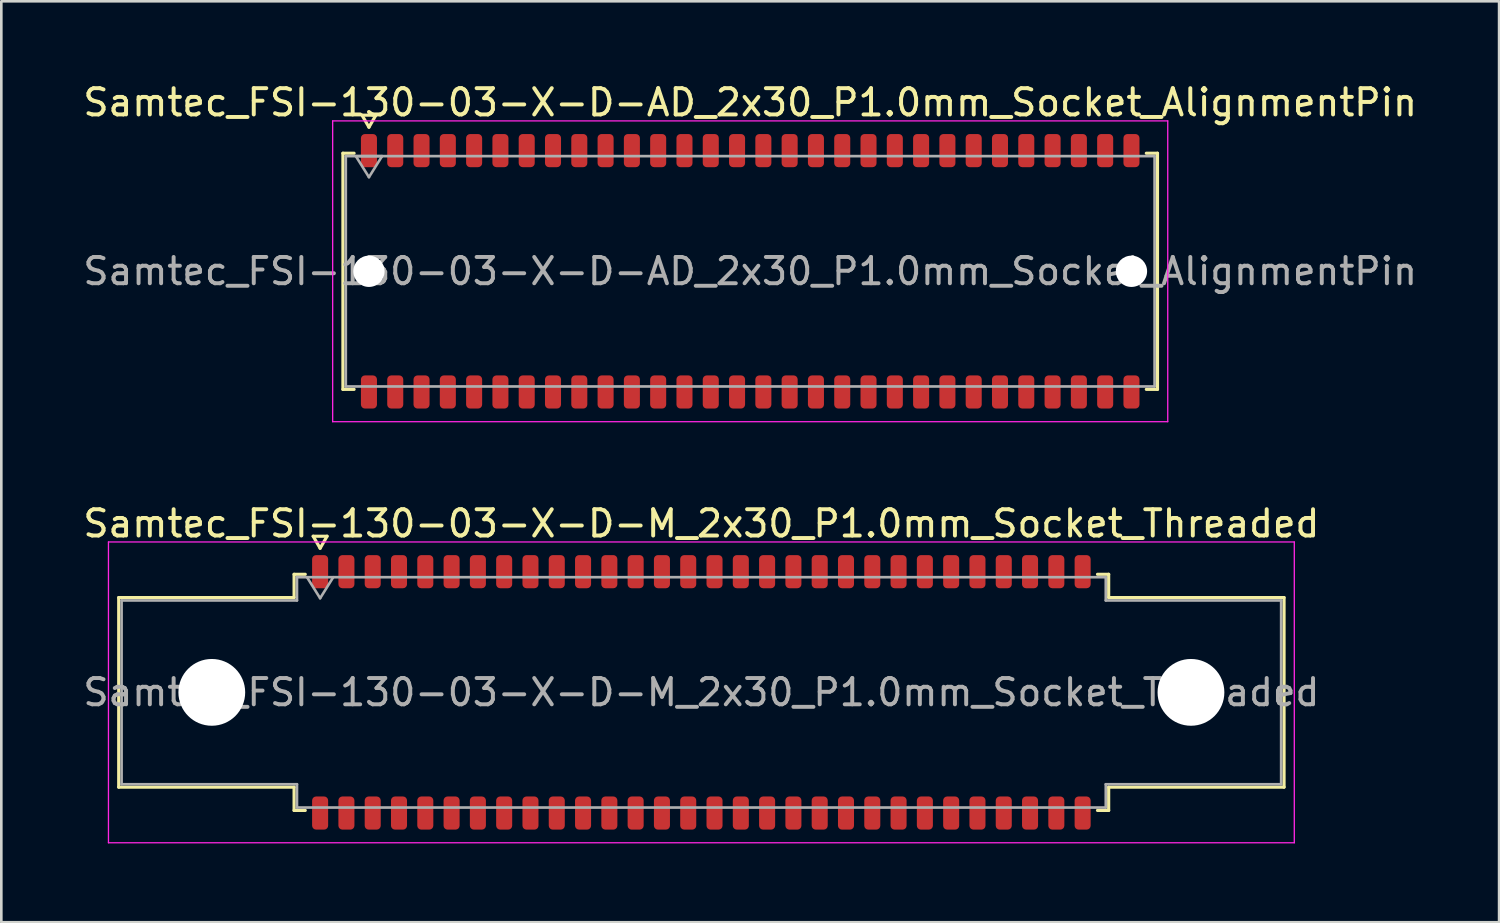
<source format=kicad_pcb>
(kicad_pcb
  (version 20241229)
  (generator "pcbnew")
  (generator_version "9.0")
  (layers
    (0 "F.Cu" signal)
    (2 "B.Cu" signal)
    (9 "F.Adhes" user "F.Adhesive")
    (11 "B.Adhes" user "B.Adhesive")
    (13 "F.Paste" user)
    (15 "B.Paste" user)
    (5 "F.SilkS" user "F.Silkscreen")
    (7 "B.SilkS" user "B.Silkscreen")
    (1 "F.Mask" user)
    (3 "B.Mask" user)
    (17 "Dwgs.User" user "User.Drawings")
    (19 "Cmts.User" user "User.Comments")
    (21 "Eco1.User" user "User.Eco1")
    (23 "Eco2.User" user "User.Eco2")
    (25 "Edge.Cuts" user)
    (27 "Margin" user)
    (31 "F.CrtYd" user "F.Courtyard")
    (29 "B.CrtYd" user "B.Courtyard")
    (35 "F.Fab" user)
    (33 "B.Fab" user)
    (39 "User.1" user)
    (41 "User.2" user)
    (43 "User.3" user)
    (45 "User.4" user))
  (footprint "Samtec_FSI-130-03-X-D-M_2x30_P1.0mm_Socket_Threaded"
    (layer "F.Cu")
    (at 23.625 23.282)
    (property "Reference" "Samtec_FSI-130-03-X-D-M_2x30_P1.0mm_Socket_Threaded" (at 0 -6.42 0) (layer "F.SilkS") (effects (font (size 1 1) (thickness 0.15))))
    (attr smd)
    (fp_line (start -22.16 -3.605) (end -15.49 -3.605) (stroke (width 0.12) (type solid)) (layer "F.SilkS"))
    (fp_line (start -22.16 3.605) (end -22.16 -3.605) (stroke (width 0.12) (type solid)) (layer "F.SilkS"))
    (fp_line (start -15.49 -4.49) (end -15.065 -4.49) (stroke (width 0.12) (type solid)) (layer "F.SilkS"))
    (fp_line (start -15.49 -3.605) (end -15.49 -4.49) (stroke (width 0.12) (type solid)) (layer "F.SilkS"))
    (fp_line (start -15.49 3.605) (end -22.16 3.605) (stroke (width 0.12) (type solid)) (layer "F.SilkS"))
    (fp_line (start -15.49 4.49) (end -15.49 3.605) (stroke (width 0.12) (type solid)) (layer "F.SilkS"))
    (fp_line (start -15.065 4.49) (end -15.49 4.49) (stroke (width 0.12) (type solid)) (layer "F.SilkS"))
    (fp_line (start -14.764 -5.938) (end -14.5 -5.48) (stroke (width 0.12) (type solid)) (layer "F.SilkS"))
    (fp_line (start -14.5 -5.48) (end -14.236 -5.938) (stroke (width 0.12) (type solid)) (layer "F.SilkS"))
    (fp_line (start -14.236 -5.938) (end -14.764 -5.938) (stroke (width 0.12) (type solid)) (layer "F.SilkS"))
    (fp_line (start 15.065 -4.49) (end 15.49 -4.49) (stroke (width 0.12) (type solid)) (layer "F.SilkS"))
    (fp_line (start 15.49 -4.49) (end 15.49 -3.605) (stroke (width 0.12) (type solid)) (layer "F.SilkS"))
    (fp_line (start 15.49 -3.605) (end 22.16 -3.605) (stroke (width 0.12) (type solid)) (layer "F.SilkS"))
    (fp_line (start 15.49 3.605) (end 15.49 4.49) (stroke (width 0.12) (type solid)) (layer "F.SilkS"))
    (fp_line (start 15.49 4.49) (end 15.065 4.49) (stroke (width 0.12) (type solid)) (layer "F.SilkS"))
    (fp_line (start 22.16 -3.605) (end 22.16 3.605) (stroke (width 0.12) (type solid)) (layer "F.SilkS"))
    (fp_line (start 22.16 3.605) (end 15.49 3.605) (stroke (width 0.12) (type solid)) (layer "F.SilkS"))
    (fp_line (start -22.55 -5.72) (end -22.55 5.72) (stroke (width 0.05) (type solid)) (layer "F.CrtYd"))
    (fp_line (start -22.55 5.72) (end 22.55 5.72) (stroke (width 0.05) (type solid)) (layer "F.CrtYd"))
    (fp_line (start 22.55 -5.72) (end -22.55 -5.72) (stroke (width 0.05) (type solid)) (layer "F.CrtYd"))
    (fp_line (start 22.55 5.72) (end 22.55 -5.72) (stroke (width 0.05) (type solid)) (layer "F.CrtYd"))
    (fp_line (start -22.05 -3.495) (end -15.38 -3.495) (stroke (width 0.1) (type solid)) (layer "F.Fab"))
    (fp_line (start -22.05 3.495) (end -22.05 -3.495) (stroke (width 0.1) (type solid)) (layer "F.Fab"))
    (fp_line (start -15.38 -4.38) (end 15.38 -4.38) (stroke (width 0.1) (type solid)) (layer "F.Fab"))
    (fp_line (start -15.38 -3.495) (end -15.38 -4.38) (stroke (width 0.1) (type solid)) (layer "F.Fab"))
    (fp_line (start -15.38 3.495) (end -22.05 3.495) (stroke (width 0.1) (type solid)) (layer "F.Fab"))
    (fp_line (start -15.38 4.38) (end -15.38 3.495) (stroke (width 0.1) (type solid)) (layer "F.Fab"))
    (fp_line (start -15 -4.38) (end -14.5 -3.58) (stroke (width 0.1) (type solid)) (layer "F.Fab"))
    (fp_line (start -14.5 -3.58) (end -14 -4.38) (stroke (width 0.1) (type solid)) (layer "F.Fab"))
    (fp_line (start 15.38 -4.38) (end 15.38 -3.495) (stroke (width 0.1) (type solid)) (layer "F.Fab"))
    (fp_line (start 15.38 -3.495) (end 22.05 -3.495) (stroke (width 0.1) (type solid)) (layer "F.Fab"))
    (fp_line (start 15.38 3.495) (end 15.38 4.38) (stroke (width 0.1) (type solid)) (layer "F.Fab"))
    (fp_line (start 15.38 4.38) (end -15.38 4.38) (stroke (width 0.1) (type solid)) (layer "F.Fab"))
    (fp_line (start 22.05 -3.495) (end 22.05 3.495) (stroke (width 0.1) (type solid)) (layer "F.Fab"))
    (fp_line (start 22.05 3.495) (end 15.38 3.495) (stroke (width 0.1) (type solid)) (layer "F.Fab"))
    (fp_text user "${REFERENCE}" (at 0 0 0) (layer "F.Fab") (effects (font (size 1 1) (thickness 0.15))))
    (pad "" np_thru_hole circle (at -18.62 0) (size 2.54 2.54) (drill 2.54) (layers "*.Cu" "*.Mask"))
    (pad "" np_thru_hole circle (at 18.62 0) (size 2.54 2.54) (drill 2.54) (layers "*.Cu" "*.Mask"))
    (pad "1" smd roundrect (at -14.5 -4.59) (size 0.61 1.26) (layers "F.Cu" "F.Mask" "F.Paste") (roundrect_rratio 0.25))
    (pad "2" smd roundrect (at -14.5 4.59) (size 0.61 1.26) (layers "F.Cu" "F.Mask" "F.Paste") (roundrect_rratio 0.25))
    (pad "3" smd roundrect (at -13.5 -4.59) (size 0.61 1.26) (layers "F.Cu" "F.Mask" "F.Paste") (roundrect_rratio 0.25))
    (pad "4" smd roundrect (at -13.5 4.59) (size 0.61 1.26) (layers "F.Cu" "F.Mask" "F.Paste") (roundrect_rratio 0.25))
    (pad "5" smd roundrect (at -12.5 -4.59) (size 0.61 1.26) (layers "F.Cu" "F.Mask" "F.Paste") (roundrect_rratio 0.25))
    (pad "6" smd roundrect (at -12.5 4.59) (size 0.61 1.26) (layers "F.Cu" "F.Mask" "F.Paste") (roundrect_rratio 0.25))
    (pad "7" smd roundrect (at -11.5 -4.59) (size 0.61 1.26) (layers "F.Cu" "F.Mask" "F.Paste") (roundrect_rratio 0.25))
    (pad "8" smd roundrect (at -11.5 4.59) (size 0.61 1.26) (layers "F.Cu" "F.Mask" "F.Paste") (roundrect_rratio 0.25))
    (pad "9" smd roundrect (at -10.5 -4.59) (size 0.61 1.26) (layers "F.Cu" "F.Mask" "F.Paste") (roundrect_rratio 0.25))
    (pad "10" smd roundrect (at -10.5 4.59) (size 0.61 1.26) (layers "F.Cu" "F.Mask" "F.Paste") (roundrect_rratio 0.25))
    (pad "11" smd roundrect (at -9.5 -4.59) (size 0.61 1.26) (layers "F.Cu" "F.Mask" "F.Paste") (roundrect_rratio 0.25))
    (pad "12" smd roundrect (at -9.5 4.59) (size 0.61 1.26) (layers "F.Cu" "F.Mask" "F.Paste") (roundrect_rratio 0.25))
    (pad "13" smd roundrect (at -8.5 -4.59) (size 0.61 1.26) (layers "F.Cu" "F.Mask" "F.Paste") (roundrect_rratio 0.25))
    (pad "14" smd roundrect (at -8.5 4.59) (size 0.61 1.26) (layers "F.Cu" "F.Mask" "F.Paste") (roundrect_rratio 0.25))
    (pad "15" smd roundrect (at -7.5 -4.59) (size 0.61 1.26) (layers "F.Cu" "F.Mask" "F.Paste") (roundrect_rratio 0.25))
    (pad "16" smd roundrect (at -7.5 4.59) (size 0.61 1.26) (layers "F.Cu" "F.Mask" "F.Paste") (roundrect_rratio 0.25))
    (pad "17" smd roundrect (at -6.5 -4.59) (size 0.61 1.26) (layers "F.Cu" "F.Mask" "F.Paste") (roundrect_rratio 0.25))
    (pad "18" smd roundrect (at -6.5 4.59) (size 0.61 1.26) (layers "F.Cu" "F.Mask" "F.Paste") (roundrect_rratio 0.25))
    (pad "19" smd roundrect (at -5.5 -4.59) (size 0.61 1.26) (layers "F.Cu" "F.Mask" "F.Paste") (roundrect_rratio 0.25))
    (pad "20" smd roundrect (at -5.5 4.59) (size 0.61 1.26) (layers "F.Cu" "F.Mask" "F.Paste") (roundrect_rratio 0.25))
    (pad "21" smd roundrect (at -4.5 -4.59) (size 0.61 1.26) (layers "F.Cu" "F.Mask" "F.Paste") (roundrect_rratio 0.25))
    (pad "22" smd roundrect (at -4.5 4.59) (size 0.61 1.26) (layers "F.Cu" "F.Mask" "F.Paste") (roundrect_rratio 0.25))
    (pad "23" smd roundrect (at -3.5 -4.59) (size 0.61 1.26) (layers "F.Cu" "F.Mask" "F.Paste") (roundrect_rratio 0.25))
    (pad "24" smd roundrect (at -3.5 4.59) (size 0.61 1.26) (layers "F.Cu" "F.Mask" "F.Paste") (roundrect_rratio 0.25))
    (pad "25" smd roundrect (at -2.5 -4.59) (size 0.61 1.26) (layers "F.Cu" "F.Mask" "F.Paste") (roundrect_rratio 0.25))
    (pad "26" smd roundrect (at -2.5 4.59) (size 0.61 1.26) (layers "F.Cu" "F.Mask" "F.Paste") (roundrect_rratio 0.25))
    (pad "27" smd roundrect (at -1.5 -4.59) (size 0.61 1.26) (layers "F.Cu" "F.Mask" "F.Paste") (roundrect_rratio 0.25))
    (pad "28" smd roundrect (at -1.5 4.59) (size 0.61 1.26) (layers "F.Cu" "F.Mask" "F.Paste") (roundrect_rratio 0.25))
    (pad "29" smd roundrect (at -0.5 -4.59) (size 0.61 1.26) (layers "F.Cu" "F.Mask" "F.Paste") (roundrect_rratio 0.25))
    (pad "30" smd roundrect (at -0.5 4.59) (size 0.61 1.26) (layers "F.Cu" "F.Mask" "F.Paste") (roundrect_rratio 0.25))
    (pad "31" smd roundrect (at 0.5 -4.59) (size 0.61 1.26) (layers "F.Cu" "F.Mask" "F.Paste") (roundrect_rratio 0.25))
    (pad "32" smd roundrect (at 0.5 4.59) (size 0.61 1.26) (layers "F.Cu" "F.Mask" "F.Paste") (roundrect_rratio 0.25))
    (pad "33" smd roundrect (at 1.5 -4.59) (size 0.61 1.26) (layers "F.Cu" "F.Mask" "F.Paste") (roundrect_rratio 0.25))
    (pad "34" smd roundrect (at 1.5 4.59) (size 0.61 1.26) (layers "F.Cu" "F.Mask" "F.Paste") (roundrect_rratio 0.25))
    (pad "35" smd roundrect (at 2.5 -4.59) (size 0.61 1.26) (layers "F.Cu" "F.Mask" "F.Paste") (roundrect_rratio 0.25))
    (pad "36" smd roundrect (at 2.5 4.59) (size 0.61 1.26) (layers "F.Cu" "F.Mask" "F.Paste") (roundrect_rratio 0.25))
    (pad "37" smd roundrect (at 3.5 -4.59) (size 0.61 1.26) (layers "F.Cu" "F.Mask" "F.Paste") (roundrect_rratio 0.25))
    (pad "38" smd roundrect (at 3.5 4.59) (size 0.61 1.26) (layers "F.Cu" "F.Mask" "F.Paste") (roundrect_rratio 0.25))
    (pad "39" smd roundrect (at 4.5 -4.59) (size 0.61 1.26) (layers "F.Cu" "F.Mask" "F.Paste") (roundrect_rratio 0.25))
    (pad "40" smd roundrect (at 4.5 4.59) (size 0.61 1.26) (layers "F.Cu" "F.Mask" "F.Paste") (roundrect_rratio 0.25))
    (pad "41" smd roundrect (at 5.5 -4.59) (size 0.61 1.26) (layers "F.Cu" "F.Mask" "F.Paste") (roundrect_rratio 0.25))
    (pad "42" smd roundrect (at 5.5 4.59) (size 0.61 1.26) (layers "F.Cu" "F.Mask" "F.Paste") (roundrect_rratio 0.25))
    (pad "43" smd roundrect (at 6.5 -4.59) (size 0.61 1.26) (layers "F.Cu" "F.Mask" "F.Paste") (roundrect_rratio 0.25))
    (pad "44" smd roundrect (at 6.5 4.59) (size 0.61 1.26) (layers "F.Cu" "F.Mask" "F.Paste") (roundrect_rratio 0.25))
    (pad "45" smd roundrect (at 7.5 -4.59) (size 0.61 1.26) (layers "F.Cu" "F.Mask" "F.Paste") (roundrect_rratio 0.25))
    (pad "46" smd roundrect (at 7.5 4.59) (size 0.61 1.26) (layers "F.Cu" "F.Mask" "F.Paste") (roundrect_rratio 0.25))
    (pad "47" smd roundrect (at 8.5 -4.59) (size 0.61 1.26) (layers "F.Cu" "F.Mask" "F.Paste") (roundrect_rratio 0.25))
    (pad "48" smd roundrect (at 8.5 4.59) (size 0.61 1.26) (layers "F.Cu" "F.Mask" "F.Paste") (roundrect_rratio 0.25))
    (pad "49" smd roundrect (at 9.5 -4.59) (size 0.61 1.26) (layers "F.Cu" "F.Mask" "F.Paste") (roundrect_rratio 0.25))
    (pad "50" smd roundrect (at 9.5 4.59) (size 0.61 1.26) (layers "F.Cu" "F.Mask" "F.Paste") (roundrect_rratio 0.25))
    (pad "51" smd roundrect (at 10.5 -4.59) (size 0.61 1.26) (layers "F.Cu" "F.Mask" "F.Paste") (roundrect_rratio 0.25))
    (pad "52" smd roundrect (at 10.5 4.59) (size 0.61 1.26) (layers "F.Cu" "F.Mask" "F.Paste") (roundrect_rratio 0.25))
    (pad "53" smd roundrect (at 11.5 -4.59) (size 0.61 1.26) (layers "F.Cu" "F.Mask" "F.Paste") (roundrect_rratio 0.25))
    (pad "54" smd roundrect (at 11.5 4.59) (size 0.61 1.26) (layers "F.Cu" "F.Mask" "F.Paste") (roundrect_rratio 0.25))
    (pad "55" smd roundrect (at 12.5 -4.59) (size 0.61 1.26) (layers "F.Cu" "F.Mask" "F.Paste") (roundrect_rratio 0.25))
    (pad "56" smd roundrect (at 12.5 4.59) (size 0.61 1.26) (layers "F.Cu" "F.Mask" "F.Paste") (roundrect_rratio 0.25))
    (pad "57" smd roundrect (at 13.5 -4.59) (size 0.61 1.26) (layers "F.Cu" "F.Mask" "F.Paste") (roundrect_rratio 0.25))
    (pad "58" smd roundrect (at 13.5 4.59) (size 0.61 1.26) (layers "F.Cu" "F.Mask" "F.Paste") (roundrect_rratio 0.25))
    (pad "59" smd roundrect (at 14.5 -4.59) (size 0.61 1.26) (layers "F.Cu" "F.Mask" "F.Paste") (roundrect_rratio 0.25))
    (pad "60" smd roundrect (at 14.5 4.59) (size 0.61 1.26) (layers "F.Cu" "F.Mask" "F.Paste") (roundrect_rratio 0.25)))
  (footprint "Samtec_FSI-130-03-X-D-AD_2x30_P1.0mm_Socket_AlignmentPin"
    (layer "F.Cu")
    (at 25.482 7.268)
    (property "Reference" "Samtec_FSI-130-03-X-D-AD_2x30_P1.0mm_Socket_AlignmentPin" (at 0 -6.42 0) (layer "F.SilkS") (effects (font (size 1 1) (thickness 0.15))))
    (attr smd)
    (fp_line (start -15.49 -4.49) (end -15.065 -4.49) (stroke (width 0.12) (type solid)) (layer "F.SilkS"))
    (fp_line (start -15.49 4.49) (end -15.49 -4.49) (stroke (width 0.12) (type solid)) (layer "F.SilkS"))
    (fp_line (start -15.065 4.49) (end -15.49 4.49) (stroke (width 0.12) (type solid)) (layer "F.SilkS"))
    (fp_line (start -14.764 -5.938) (end -14.5 -5.48) (stroke (width 0.12) (type solid)) (layer "F.SilkS"))
    (fp_line (start -14.5 -5.48) (end -14.236 -5.938) (stroke (width 0.12) (type solid)) (layer "F.SilkS"))
    (fp_line (start -14.236 -5.938) (end -14.764 -5.938) (stroke (width 0.12) (type solid)) (layer "F.SilkS"))
    (fp_line (start 15.065 -4.49) (end 15.49 -4.49) (stroke (width 0.12) (type solid)) (layer "F.SilkS"))
    (fp_line (start 15.49 -4.49) (end 15.49 4.49) (stroke (width 0.12) (type solid)) (layer "F.SilkS"))
    (fp_line (start 15.49 4.49) (end 15.065 4.49) (stroke (width 0.12) (type solid)) (layer "F.SilkS"))
    (fp_line (start -15.88 -5.72) (end -15.88 5.72) (stroke (width 0.05) (type solid)) (layer "F.CrtYd"))
    (fp_line (start -15.88 5.72) (end 15.88 5.72) (stroke (width 0.05) (type solid)) (layer "F.CrtYd"))
    (fp_line (start 15.88 -5.72) (end -15.88 -5.72) (stroke (width 0.05) (type solid)) (layer "F.CrtYd"))
    (fp_line (start 15.88 5.72) (end 15.88 -5.72) (stroke (width 0.05) (type solid)) (layer "F.CrtYd"))
    (fp_line (start -15.38 -4.38) (end 15.38 -4.38) (stroke (width 0.1) (type solid)) (layer "F.Fab"))
    (fp_line (start -15.38 4.38) (end -15.38 -4.38) (stroke (width 0.1) (type solid)) (layer "F.Fab"))
    (fp_line (start -15 -4.38) (end -14.5 -3.58) (stroke (width 0.1) (type solid)) (layer "F.Fab"))
    (fp_line (start -14.5 -3.58) (end -14 -4.38) (stroke (width 0.1) (type solid)) (layer "F.Fab"))
    (fp_line (start -14 -4.38) (end -15 -4.38) (stroke (width 0.1) (type solid)) (layer "F.Fab"))
    (fp_line (start 15.38 -4.38) (end 15.38 4.38) (stroke (width 0.1) (type solid)) (layer "F.Fab"))
    (fp_line (start 15.38 4.38) (end -15.38 4.38) (stroke (width 0.1) (type solid)) (layer "F.Fab"))
    (fp_text user "${REFERENCE}" (at 0 0 0) (layer "F.Fab") (effects (font (size 1 1) (thickness 0.15))))
    (pad "" np_thru_hole circle (at -14.5 0) (size 1.19 1.19) (drill 1.19) (layers "*.Cu" "*.Mask"))
    (pad "" np_thru_hole circle (at 14.5 0) (size 1.19 1.19) (drill 1.19) (layers "*.Cu" "*.Mask"))
    (pad "1" smd roundrect (at -14.5 -4.59) (size 0.61 1.26) (layers "F.Cu" "F.Mask" "F.Paste") (roundrect_rratio 0.25))
    (pad "2" smd roundrect (at -14.5 4.59) (size 0.61 1.26) (layers "F.Cu" "F.Mask" "F.Paste") (roundrect_rratio 0.25))
    (pad "3" smd roundrect (at -13.5 -4.59) (size 0.61 1.26) (layers "F.Cu" "F.Mask" "F.Paste") (roundrect_rratio 0.25))
    (pad "4" smd roundrect (at -13.5 4.59) (size 0.61 1.26) (layers "F.Cu" "F.Mask" "F.Paste") (roundrect_rratio 0.25))
    (pad "5" smd roundrect (at -12.5 -4.59) (size 0.61 1.26) (layers "F.Cu" "F.Mask" "F.Paste") (roundrect_rratio 0.25))
    (pad "6" smd roundrect (at -12.5 4.59) (size 0.61 1.26) (layers "F.Cu" "F.Mask" "F.Paste") (roundrect_rratio 0.25))
    (pad "7" smd roundrect (at -11.5 -4.59) (size 0.61 1.26) (layers "F.Cu" "F.Mask" "F.Paste") (roundrect_rratio 0.25))
    (pad "8" smd roundrect (at -11.5 4.59) (size 0.61 1.26) (layers "F.Cu" "F.Mask" "F.Paste") (roundrect_rratio 0.25))
    (pad "9" smd roundrect (at -10.5 -4.59) (size 0.61 1.26) (layers "F.Cu" "F.Mask" "F.Paste") (roundrect_rratio 0.25))
    (pad "10" smd roundrect (at -10.5 4.59) (size 0.61 1.26) (layers "F.Cu" "F.Mask" "F.Paste") (roundrect_rratio 0.25))
    (pad "11" smd roundrect (at -9.5 -4.59) (size 0.61 1.26) (layers "F.Cu" "F.Mask" "F.Paste") (roundrect_rratio 0.25))
    (pad "12" smd roundrect (at -9.5 4.59) (size 0.61 1.26) (layers "F.Cu" "F.Mask" "F.Paste") (roundrect_rratio 0.25))
    (pad "13" smd roundrect (at -8.5 -4.59) (size 0.61 1.26) (layers "F.Cu" "F.Mask" "F.Paste") (roundrect_rratio 0.25))
    (pad "14" smd roundrect (at -8.5 4.59) (size 0.61 1.26) (layers "F.Cu" "F.Mask" "F.Paste") (roundrect_rratio 0.25))
    (pad "15" smd roundrect (at -7.5 -4.59) (size 0.61 1.26) (layers "F.Cu" "F.Mask" "F.Paste") (roundrect_rratio 0.25))
    (pad "16" smd roundrect (at -7.5 4.59) (size 0.61 1.26) (layers "F.Cu" "F.Mask" "F.Paste") (roundrect_rratio 0.25))
    (pad "17" smd roundrect (at -6.5 -4.59) (size 0.61 1.26) (layers "F.Cu" "F.Mask" "F.Paste") (roundrect_rratio 0.25))
    (pad "18" smd roundrect (at -6.5 4.59) (size 0.61 1.26) (layers "F.Cu" "F.Mask" "F.Paste") (roundrect_rratio 0.25))
    (pad "19" smd roundrect (at -5.5 -4.59) (size 0.61 1.26) (layers "F.Cu" "F.Mask" "F.Paste") (roundrect_rratio 0.25))
    (pad "20" smd roundrect (at -5.5 4.59) (size 0.61 1.26) (layers "F.Cu" "F.Mask" "F.Paste") (roundrect_rratio 0.25))
    (pad "21" smd roundrect (at -4.5 -4.59) (size 0.61 1.26) (layers "F.Cu" "F.Mask" "F.Paste") (roundrect_rratio 0.25))
    (pad "22" smd roundrect (at -4.5 4.59) (size 0.61 1.26) (layers "F.Cu" "F.Mask" "F.Paste") (roundrect_rratio 0.25))
    (pad "23" smd roundrect (at -3.5 -4.59) (size 0.61 1.26) (layers "F.Cu" "F.Mask" "F.Paste") (roundrect_rratio 0.25))
    (pad "24" smd roundrect (at -3.5 4.59) (size 0.61 1.26) (layers "F.Cu" "F.Mask" "F.Paste") (roundrect_rratio 0.25))
    (pad "25" smd roundrect (at -2.5 -4.59) (size 0.61 1.26) (layers "F.Cu" "F.Mask" "F.Paste") (roundrect_rratio 0.25))
    (pad "26" smd roundrect (at -2.5 4.59) (size 0.61 1.26) (layers "F.Cu" "F.Mask" "F.Paste") (roundrect_rratio 0.25))
    (pad "27" smd roundrect (at -1.5 -4.59) (size 0.61 1.26) (layers "F.Cu" "F.Mask" "F.Paste") (roundrect_rratio 0.25))
    (pad "28" smd roundrect (at -1.5 4.59) (size 0.61 1.26) (layers "F.Cu" "F.Mask" "F.Paste") (roundrect_rratio 0.25))
    (pad "29" smd roundrect (at -0.5 -4.59) (size 0.61 1.26) (layers "F.Cu" "F.Mask" "F.Paste") (roundrect_rratio 0.25))
    (pad "30" smd roundrect (at -0.5 4.59) (size 0.61 1.26) (layers "F.Cu" "F.Mask" "F.Paste") (roundrect_rratio 0.25))
    (pad "31" smd roundrect (at 0.5 -4.59) (size 0.61 1.26) (layers "F.Cu" "F.Mask" "F.Paste") (roundrect_rratio 0.25))
    (pad "32" smd roundrect (at 0.5 4.59) (size 0.61 1.26) (layers "F.Cu" "F.Mask" "F.Paste") (roundrect_rratio 0.25))
    (pad "33" smd roundrect (at 1.5 -4.59) (size 0.61 1.26) (layers "F.Cu" "F.Mask" "F.Paste") (roundrect_rratio 0.25))
    (pad "34" smd roundrect (at 1.5 4.59) (size 0.61 1.26) (layers "F.Cu" "F.Mask" "F.Paste") (roundrect_rratio 0.25))
    (pad "35" smd roundrect (at 2.5 -4.59) (size 0.61 1.26) (layers "F.Cu" "F.Mask" "F.Paste") (roundrect_rratio 0.25))
    (pad "36" smd roundrect (at 2.5 4.59) (size 0.61 1.26) (layers "F.Cu" "F.Mask" "F.Paste") (roundrect_rratio 0.25))
    (pad "37" smd roundrect (at 3.5 -4.59) (size 0.61 1.26) (layers "F.Cu" "F.Mask" "F.Paste") (roundrect_rratio 0.25))
    (pad "38" smd roundrect (at 3.5 4.59) (size 0.61 1.26) (layers "F.Cu" "F.Mask" "F.Paste") (roundrect_rratio 0.25))
    (pad "39" smd roundrect (at 4.5 -4.59) (size 0.61 1.26) (layers "F.Cu" "F.Mask" "F.Paste") (roundrect_rratio 0.25))
    (pad "40" smd roundrect (at 4.5 4.59) (size 0.61 1.26) (layers "F.Cu" "F.Mask" "F.Paste") (roundrect_rratio 0.25))
    (pad "41" smd roundrect (at 5.5 -4.59) (size 0.61 1.26) (layers "F.Cu" "F.Mask" "F.Paste") (roundrect_rratio 0.25))
    (pad "42" smd roundrect (at 5.5 4.59) (size 0.61 1.26) (layers "F.Cu" "F.Mask" "F.Paste") (roundrect_rratio 0.25))
    (pad "43" smd roundrect (at 6.5 -4.59) (size 0.61 1.26) (layers "F.Cu" "F.Mask" "F.Paste") (roundrect_rratio 0.25))
    (pad "44" smd roundrect (at 6.5 4.59) (size 0.61 1.26) (layers "F.Cu" "F.Mask" "F.Paste") (roundrect_rratio 0.25))
    (pad "45" smd roundrect (at 7.5 -4.59) (size 0.61 1.26) (layers "F.Cu" "F.Mask" "F.Paste") (roundrect_rratio 0.25))
    (pad "46" smd roundrect (at 7.5 4.59) (size 0.61 1.26) (layers "F.Cu" "F.Mask" "F.Paste") (roundrect_rratio 0.25))
    (pad "47" smd roundrect (at 8.5 -4.59) (size 0.61 1.26) (layers "F.Cu" "F.Mask" "F.Paste") (roundrect_rratio 0.25))
    (pad "48" smd roundrect (at 8.5 4.59) (size 0.61 1.26) (layers "F.Cu" "F.Mask" "F.Paste") (roundrect_rratio 0.25))
    (pad "49" smd roundrect (at 9.5 -4.59) (size 0.61 1.26) (layers "F.Cu" "F.Mask" "F.Paste") (roundrect_rratio 0.25))
    (pad "50" smd roundrect (at 9.5 4.59) (size 0.61 1.26) (layers "F.Cu" "F.Mask" "F.Paste") (roundrect_rratio 0.25))
    (pad "51" smd roundrect (at 10.5 -4.59) (size 0.61 1.26) (layers "F.Cu" "F.Mask" "F.Paste") (roundrect_rratio 0.25))
    (pad "52" smd roundrect (at 10.5 4.59) (size 0.61 1.26) (layers "F.Cu" "F.Mask" "F.Paste") (roundrect_rratio 0.25))
    (pad "53" smd roundrect (at 11.5 -4.59) (size 0.61 1.26) (layers "F.Cu" "F.Mask" "F.Paste") (roundrect_rratio 0.25))
    (pad "54" smd roundrect (at 11.5 4.59) (size 0.61 1.26) (layers "F.Cu" "F.Mask" "F.Paste") (roundrect_rratio 0.25))
    (pad "55" smd roundrect (at 12.5 -4.59) (size 0.61 1.26) (layers "F.Cu" "F.Mask" "F.Paste") (roundrect_rratio 0.25))
    (pad "56" smd roundrect (at 12.5 4.59) (size 0.61 1.26) (layers "F.Cu" "F.Mask" "F.Paste") (roundrect_rratio 0.25))
    (pad "57" smd roundrect (at 13.5 -4.59) (size 0.61 1.26) (layers "F.Cu" "F.Mask" "F.Paste") (roundrect_rratio 0.25))
    (pad "58" smd roundrect (at 13.5 4.59) (size 0.61 1.26) (layers "F.Cu" "F.Mask" "F.Paste") (roundrect_rratio 0.25))
    (pad "59" smd roundrect (at 14.5 -4.59) (size 0.61 1.26) (layers "F.Cu" "F.Mask" "F.Paste") (roundrect_rratio 0.25))
    (pad "60" smd roundrect (at 14.5 4.59) (size 0.61 1.26) (layers "F.Cu" "F.Mask" "F.Paste") (roundrect_rratio 0.25)))
  (gr_rect
    (start -3 -3)
    (end 53.964 32.026)
    (stroke (width 0.1) (type default))
    (fill no)
    (layer "Edge.Cuts")))
</source>
